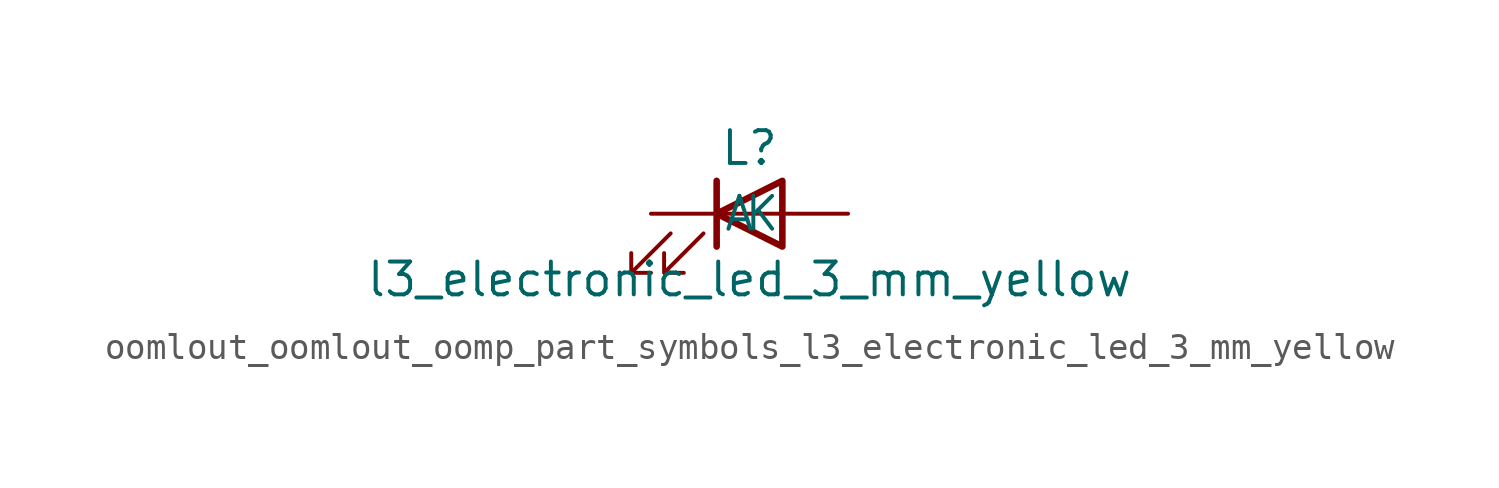
<source format=kicad_sym>
(kicad_symbol_lib
  (version 20220914)
  (generator kicad_symbol_editor)
  (symbol "oomlout_oomlout_oomp_part_symbols_l3_electronic_led_3_mm_yellow"
    (pin_numbers hide)
    (pin_names
      (offset 1.016))
    (property "Reference" "L"
      (at 0 2.54 0)
      (effects (font (size 1.27 1.27))))
    (property "Value" "l3_electronic_led_3_mm_yellow"
      (at 0 -2.54 0)
      (effects (font (size 1.27 1.27))))
    (symbol "oomlout_oomlout_oomp_part_symbols_l3_electronic_led_3_mm_yellow_0_1"
      (polyline (pts (xy -1.27 -1.27) (xy -1.27 1.27)) (stroke (width 0.254) (type default)) (fill (type none)))
      (polyline (pts (xy -1.27 0) (xy 1.27 0)) (stroke (width 0) (type default)) (fill (type none)))
      (polyline (pts (xy 1.27 -1.27) (xy 1.27 1.27) (xy -1.27 0) (xy 1.27 -1.27)) (stroke (width 0.254) (type default)) (fill (type none)))
      (polyline (pts (xy -3.048 -0.762) (xy -4.572 -2.286) (xy -3.81 -2.286) (xy -4.572 -2.286) (xy -4.572 -1.524)) (stroke (width 0) (type default)) (fill (type none)))
      (polyline (pts (xy -1.778 -0.762) (xy -3.302 -2.286) (xy -2.54 -2.286) (xy -3.302 -2.286) (xy -3.302 -1.524)) (stroke (width 0) (type default)) (fill (type none))))
    (symbol "oomlout_oomlout_oomp_part_symbols_l3_electronic_led_3_mm_yellow_1_1"
      (pin passive line (at -3.81 0 0) (length 2.54) (name "K" (effects (font (size 1.27 1.27)))) (number "1" (effects (font (size 1.27 1.27)))))
      (pin passive line (at 3.81 0 180) (length 2.54) (name "A" (effects (font (size 1.27 1.27)))) (number "2" (effects (font (size 1.27 1.27))))))))
</source>
